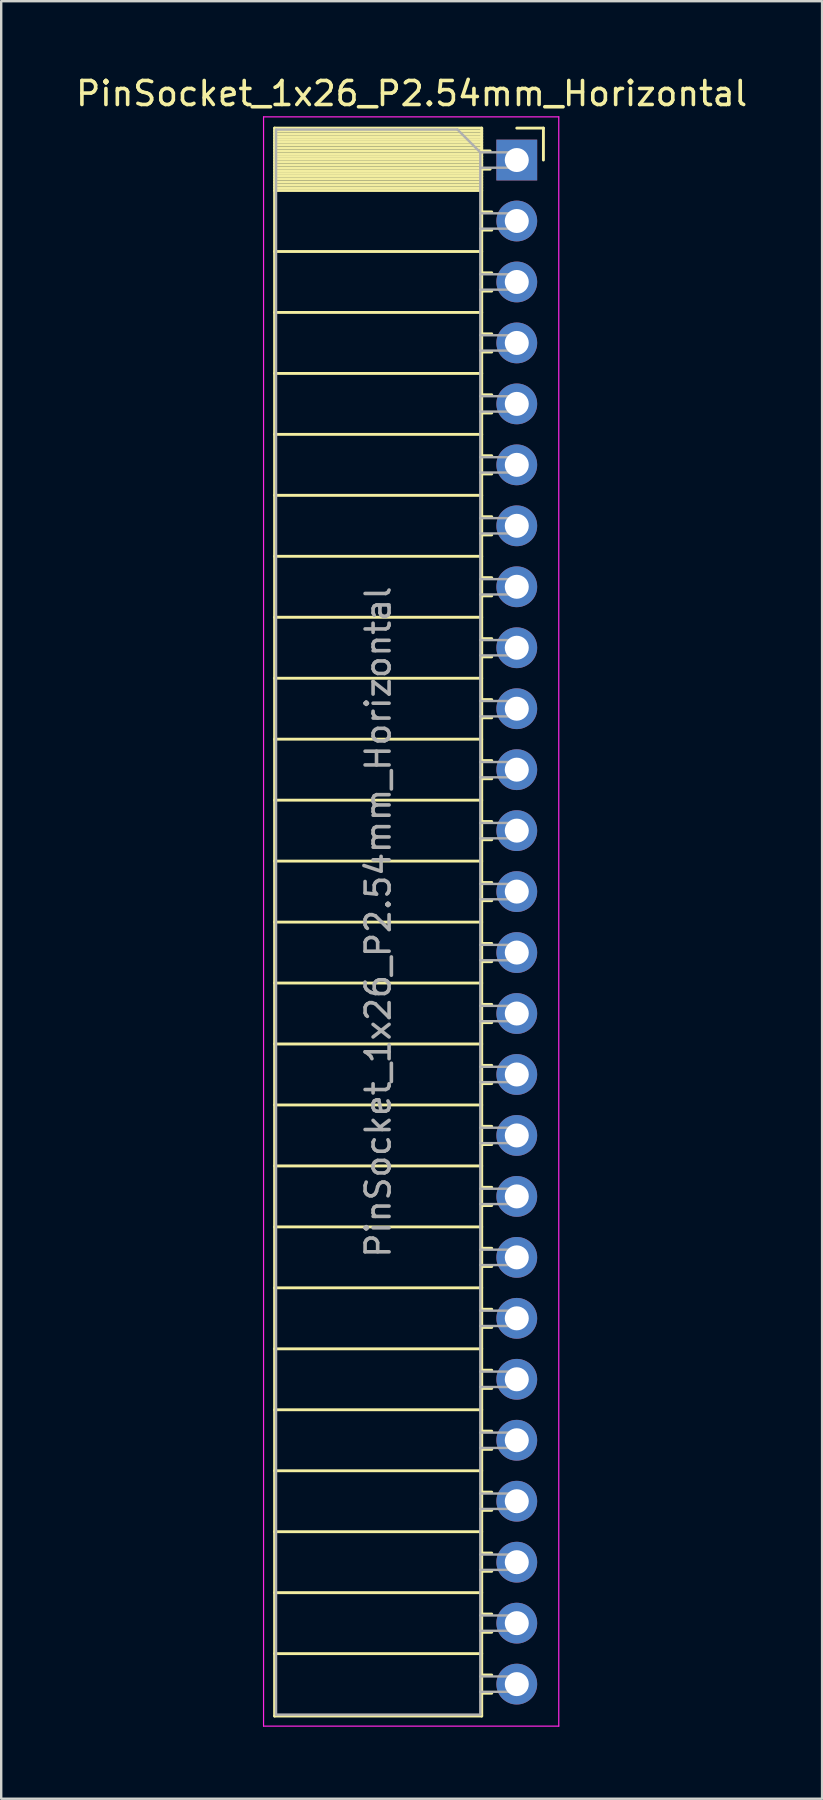
<source format=kicad_pcb>
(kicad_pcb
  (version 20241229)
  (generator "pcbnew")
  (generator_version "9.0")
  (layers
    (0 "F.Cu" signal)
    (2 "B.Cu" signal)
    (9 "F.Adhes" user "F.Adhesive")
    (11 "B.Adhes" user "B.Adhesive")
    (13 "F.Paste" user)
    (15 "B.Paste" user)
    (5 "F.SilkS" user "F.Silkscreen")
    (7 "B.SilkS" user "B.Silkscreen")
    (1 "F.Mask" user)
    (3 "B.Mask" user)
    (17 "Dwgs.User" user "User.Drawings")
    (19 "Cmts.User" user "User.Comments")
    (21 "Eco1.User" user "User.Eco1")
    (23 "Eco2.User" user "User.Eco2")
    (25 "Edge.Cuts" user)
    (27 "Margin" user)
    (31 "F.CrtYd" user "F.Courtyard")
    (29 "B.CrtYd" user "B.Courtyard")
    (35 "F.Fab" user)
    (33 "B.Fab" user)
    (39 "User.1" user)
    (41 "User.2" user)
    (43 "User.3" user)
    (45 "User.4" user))
  (footprint "PinSocket_1x26_P2.54mm_Horizontal"
    (layer "F.Cu")
    (at 18.481 3.618)
    (property "Reference" "PinSocket_1x26_P2.54mm_Horizontal" (at -4.38 -2.77 0) (layer "F.SilkS") (effects (font (size 1 1) (thickness 0.15))))
    (attr through_hole)
    (fp_line (start -10.09 -1.33) (end -10.09 64.83) (stroke (width 0.12) (type solid)) (layer "F.SilkS"))
    (fp_line (start -10.09 -1.33) (end -1.46 -1.33) (stroke (width 0.12) (type solid)) (layer "F.SilkS"))
    (fp_line (start -10.09 -1.21) (end -1.46 -1.21) (stroke (width 0.12) (type solid)) (layer "F.SilkS"))
    (fp_line (start -10.09 -1.092) (end -1.46 -1.092) (stroke (width 0.12) (type solid)) (layer "F.SilkS"))
    (fp_line (start -10.09 -0.974) (end -1.46 -0.974) (stroke (width 0.12) (type solid)) (layer "F.SilkS"))
    (fp_line (start -10.09 -0.856) (end -1.46 -0.856) (stroke (width 0.12) (type solid)) (layer "F.SilkS"))
    (fp_line (start -10.09 -0.738) (end -1.46 -0.738) (stroke (width 0.12) (type solid)) (layer "F.SilkS"))
    (fp_line (start -10.09 -0.62) (end -1.46 -0.62) (stroke (width 0.12) (type solid)) (layer "F.SilkS"))
    (fp_line (start -10.09 -0.501) (end -1.46 -0.501) (stroke (width 0.12) (type solid)) (layer "F.SilkS"))
    (fp_line (start -10.09 -0.383) (end -1.46 -0.383) (stroke (width 0.12) (type solid)) (layer "F.SilkS"))
    (fp_line (start -10.09 -0.265) (end -1.46 -0.265) (stroke (width 0.12) (type solid)) (layer "F.SilkS"))
    (fp_line (start -10.09 -0.147) (end -1.46 -0.147) (stroke (width 0.12) (type solid)) (layer "F.SilkS"))
    (fp_line (start -10.09 -0.029) (end -1.46 -0.029) (stroke (width 0.12) (type solid)) (layer "F.SilkS"))
    (fp_line (start -10.09 0.089) (end -1.46 0.089) (stroke (width 0.12) (type solid)) (layer "F.SilkS"))
    (fp_line (start -10.09 0.207) (end -1.46 0.207) (stroke (width 0.12) (type solid)) (layer "F.SilkS"))
    (fp_line (start -10.09 0.325) (end -1.46 0.325) (stroke (width 0.12) (type solid)) (layer "F.SilkS"))
    (fp_line (start -10.09 0.443) (end -1.46 0.443) (stroke (width 0.12) (type solid)) (layer "F.SilkS"))
    (fp_line (start -10.09 0.561) (end -1.46 0.561) (stroke (width 0.12) (type solid)) (layer "F.SilkS"))
    (fp_line (start -10.09 0.68) (end -1.46 0.68) (stroke (width 0.12) (type solid)) (layer "F.SilkS"))
    (fp_line (start -10.09 0.798) (end -1.46 0.798) (stroke (width 0.12) (type solid)) (layer "F.SilkS"))
    (fp_line (start -10.09 0.916) (end -1.46 0.916) (stroke (width 0.12) (type solid)) (layer "F.SilkS"))
    (fp_line (start -10.09 1.034) (end -1.46 1.034) (stroke (width 0.12) (type solid)) (layer "F.SilkS"))
    (fp_line (start -10.09 1.152) (end -1.46 1.152) (stroke (width 0.12) (type solid)) (layer "F.SilkS"))
    (fp_line (start -10.09 1.27) (end -1.46 1.27) (stroke (width 0.12) (type solid)) (layer "F.SilkS"))
    (fp_line (start -10.09 3.81) (end -1.46 3.81) (stroke (width 0.12) (type solid)) (layer "F.SilkS"))
    (fp_line (start -10.09 6.35) (end -1.46 6.35) (stroke (width 0.12) (type solid)) (layer "F.SilkS"))
    (fp_line (start -10.09 8.89) (end -1.46 8.89) (stroke (width 0.12) (type solid)) (layer "F.SilkS"))
    (fp_line (start -10.09 11.43) (end -1.46 11.43) (stroke (width 0.12) (type solid)) (layer "F.SilkS"))
    (fp_line (start -10.09 13.97) (end -1.46 13.97) (stroke (width 0.12) (type solid)) (layer "F.SilkS"))
    (fp_line (start -10.09 16.51) (end -1.46 16.51) (stroke (width 0.12) (type solid)) (layer "F.SilkS"))
    (fp_line (start -10.09 19.05) (end -1.46 19.05) (stroke (width 0.12) (type solid)) (layer "F.SilkS"))
    (fp_line (start -10.09 21.59) (end -1.46 21.59) (stroke (width 0.12) (type solid)) (layer "F.SilkS"))
    (fp_line (start -10.09 24.13) (end -1.46 24.13) (stroke (width 0.12) (type solid)) (layer "F.SilkS"))
    (fp_line (start -10.09 26.67) (end -1.46 26.67) (stroke (width 0.12) (type solid)) (layer "F.SilkS"))
    (fp_line (start -10.09 29.21) (end -1.46 29.21) (stroke (width 0.12) (type solid)) (layer "F.SilkS"))
    (fp_line (start -10.09 31.75) (end -1.46 31.75) (stroke (width 0.12) (type solid)) (layer "F.SilkS"))
    (fp_line (start -10.09 34.29) (end -1.46 34.29) (stroke (width 0.12) (type solid)) (layer "F.SilkS"))
    (fp_line (start -10.09 36.83) (end -1.46 36.83) (stroke (width 0.12) (type solid)) (layer "F.SilkS"))
    (fp_line (start -10.09 39.37) (end -1.46 39.37) (stroke (width 0.12) (type solid)) (layer "F.SilkS"))
    (fp_line (start -10.09 41.91) (end -1.46 41.91) (stroke (width 0.12) (type solid)) (layer "F.SilkS"))
    (fp_line (start -10.09 44.45) (end -1.46 44.45) (stroke (width 0.12) (type solid)) (layer "F.SilkS"))
    (fp_line (start -10.09 46.99) (end -1.46 46.99) (stroke (width 0.12) (type solid)) (layer "F.SilkS"))
    (fp_line (start -10.09 49.53) (end -1.46 49.53) (stroke (width 0.12) (type solid)) (layer "F.SilkS"))
    (fp_line (start -10.09 52.07) (end -1.46 52.07) (stroke (width 0.12) (type solid)) (layer "F.SilkS"))
    (fp_line (start -10.09 54.61) (end -1.46 54.61) (stroke (width 0.12) (type solid)) (layer "F.SilkS"))
    (fp_line (start -10.09 57.15) (end -1.46 57.15) (stroke (width 0.12) (type solid)) (layer "F.SilkS"))
    (fp_line (start -10.09 59.69) (end -1.46 59.69) (stroke (width 0.12) (type solid)) (layer "F.SilkS"))
    (fp_line (start -10.09 62.23) (end -1.46 62.23) (stroke (width 0.12) (type solid)) (layer "F.SilkS"))
    (fp_line (start -10.09 64.83) (end -1.46 64.83) (stroke (width 0.12) (type solid)) (layer "F.SilkS"))
    (fp_line (start -1.46 -1.33) (end -1.46 64.83) (stroke (width 0.12) (type solid)) (layer "F.SilkS"))
    (fp_line (start -1.46 -0.38) (end -1.11 -0.38) (stroke (width 0.12) (type solid)) (layer "F.SilkS"))
    (fp_line (start -1.46 0.38) (end -1.11 0.38) (stroke (width 0.12) (type solid)) (layer "F.SilkS"))
    (fp_line (start -1.46 2.16) (end -1.043 2.16) (stroke (width 0.12) (type solid)) (layer "F.SilkS"))
    (fp_line (start -1.46 2.92) (end -1.043 2.92) (stroke (width 0.12) (type solid)) (layer "F.SilkS"))
    (fp_line (start -1.46 4.7) (end -1.043 4.7) (stroke (width 0.12) (type solid)) (layer "F.SilkS"))
    (fp_line (start -1.46 5.46) (end -1.043 5.46) (stroke (width 0.12) (type solid)) (layer "F.SilkS"))
    (fp_line (start -1.46 7.24) (end -1.043 7.24) (stroke (width 0.12) (type solid)) (layer "F.SilkS"))
    (fp_line (start -1.46 8) (end -1.043 8) (stroke (width 0.12) (type solid)) (layer "F.SilkS"))
    (fp_line (start -1.46 9.78) (end -1.043 9.78) (stroke (width 0.12) (type solid)) (layer "F.SilkS"))
    (fp_line (start -1.46 10.54) (end -1.043 10.54) (stroke (width 0.12) (type solid)) (layer "F.SilkS"))
    (fp_line (start -1.46 12.32) (end -1.043 12.32) (stroke (width 0.12) (type solid)) (layer "F.SilkS"))
    (fp_line (start -1.46 13.08) (end -1.043 13.08) (stroke (width 0.12) (type solid)) (layer "F.SilkS"))
    (fp_line (start -1.46 14.86) (end -1.043 14.86) (stroke (width 0.12) (type solid)) (layer "F.SilkS"))
    (fp_line (start -1.46 15.62) (end -1.043 15.62) (stroke (width 0.12) (type solid)) (layer "F.SilkS"))
    (fp_line (start -1.46 17.4) (end -1.043 17.4) (stroke (width 0.12) (type solid)) (layer "F.SilkS"))
    (fp_line (start -1.46 18.16) (end -1.043 18.16) (stroke (width 0.12) (type solid)) (layer "F.SilkS"))
    (fp_line (start -1.46 19.94) (end -1.043 19.94) (stroke (width 0.12) (type solid)) (layer "F.SilkS"))
    (fp_line (start -1.46 20.7) (end -1.043 20.7) (stroke (width 0.12) (type solid)) (layer "F.SilkS"))
    (fp_line (start -1.46 22.48) (end -1.043 22.48) (stroke (width 0.12) (type solid)) (layer "F.SilkS"))
    (fp_line (start -1.46 23.24) (end -1.043 23.24) (stroke (width 0.12) (type solid)) (layer "F.SilkS"))
    (fp_line (start -1.46 25.02) (end -1.043 25.02) (stroke (width 0.12) (type solid)) (layer "F.SilkS"))
    (fp_line (start -1.46 25.78) (end -1.043 25.78) (stroke (width 0.12) (type solid)) (layer "F.SilkS"))
    (fp_line (start -1.46 27.56) (end -1.043 27.56) (stroke (width 0.12) (type solid)) (layer "F.SilkS"))
    (fp_line (start -1.46 28.32) (end -1.043 28.32) (stroke (width 0.12) (type solid)) (layer "F.SilkS"))
    (fp_line (start -1.46 30.1) (end -1.043 30.1) (stroke (width 0.12) (type solid)) (layer "F.SilkS"))
    (fp_line (start -1.46 30.86) (end -1.043 30.86) (stroke (width 0.12) (type solid)) (layer "F.SilkS"))
    (fp_line (start -1.46 32.64) (end -1.043 32.64) (stroke (width 0.12) (type solid)) (layer "F.SilkS"))
    (fp_line (start -1.46 33.4) (end -1.043 33.4) (stroke (width 0.12) (type solid)) (layer "F.SilkS"))
    (fp_line (start -1.46 35.18) (end -1.043 35.18) (stroke (width 0.12) (type solid)) (layer "F.SilkS"))
    (fp_line (start -1.46 35.94) (end -1.043 35.94) (stroke (width 0.12) (type solid)) (layer "F.SilkS"))
    (fp_line (start -1.46 37.72) (end -1.043 37.72) (stroke (width 0.12) (type solid)) (layer "F.SilkS"))
    (fp_line (start -1.46 38.48) (end -1.043 38.48) (stroke (width 0.12) (type solid)) (layer "F.SilkS"))
    (fp_line (start -1.46 40.26) (end -1.043 40.26) (stroke (width 0.12) (type solid)) (layer "F.SilkS"))
    (fp_line (start -1.46 41.02) (end -1.043 41.02) (stroke (width 0.12) (type solid)) (layer "F.SilkS"))
    (fp_line (start -1.46 42.8) (end -1.043 42.8) (stroke (width 0.12) (type solid)) (layer "F.SilkS"))
    (fp_line (start -1.46 43.56) (end -1.043 43.56) (stroke (width 0.12) (type solid)) (layer "F.SilkS"))
    (fp_line (start -1.46 45.34) (end -1.043 45.34) (stroke (width 0.12) (type solid)) (layer "F.SilkS"))
    (fp_line (start -1.46 46.1) (end -1.043 46.1) (stroke (width 0.12) (type solid)) (layer "F.SilkS"))
    (fp_line (start -1.46 47.88) (end -1.043 47.88) (stroke (width 0.12) (type solid)) (layer "F.SilkS"))
    (fp_line (start -1.46 48.64) (end -1.043 48.64) (stroke (width 0.12) (type solid)) (layer "F.SilkS"))
    (fp_line (start -1.46 50.42) (end -1.043 50.42) (stroke (width 0.12) (type solid)) (layer "F.SilkS"))
    (fp_line (start -1.46 51.18) (end -1.043 51.18) (stroke (width 0.12) (type solid)) (layer "F.SilkS"))
    (fp_line (start -1.46 52.96) (end -1.043 52.96) (stroke (width 0.12) (type solid)) (layer "F.SilkS"))
    (fp_line (start -1.46 53.72) (end -1.043 53.72) (stroke (width 0.12) (type solid)) (layer "F.SilkS"))
    (fp_line (start -1.46 55.5) (end -1.043 55.5) (stroke (width 0.12) (type solid)) (layer "F.SilkS"))
    (fp_line (start -1.46 56.26) (end -1.043 56.26) (stroke (width 0.12) (type solid)) (layer "F.SilkS"))
    (fp_line (start -1.46 58.04) (end -1.043 58.04) (stroke (width 0.12) (type solid)) (layer "F.SilkS"))
    (fp_line (start -1.46 58.8) (end -1.043 58.8) (stroke (width 0.12) (type solid)) (layer "F.SilkS"))
    (fp_line (start -1.46 60.58) (end -1.043 60.58) (stroke (width 0.12) (type solid)) (layer "F.SilkS"))
    (fp_line (start -1.46 61.34) (end -1.043 61.34) (stroke (width 0.12) (type solid)) (layer "F.SilkS"))
    (fp_line (start -1.46 63.12) (end -1.043 63.12) (stroke (width 0.12) (type solid)) (layer "F.SilkS"))
    (fp_line (start -1.46 63.88) (end -1.043 63.88) (stroke (width 0.12) (type solid)) (layer "F.SilkS"))
    (fp_line (start 0 -1.33) (end 1.11 -1.33) (stroke (width 0.12) (type solid)) (layer "F.SilkS"))
    (fp_line (start 1.11 -1.33) (end 1.11 0) (stroke (width 0.12) (type solid)) (layer "F.SilkS"))
    (fp_line (start -10.55 -1.8) (end -10.55 65.25) (stroke (width 0.05) (type solid)) (layer "F.CrtYd"))
    (fp_line (start -10.55 65.25) (end 1.75 65.25) (stroke (width 0.05) (type solid)) (layer "F.CrtYd"))
    (fp_line (start 1.75 -1.8) (end -10.55 -1.8) (stroke (width 0.05) (type solid)) (layer "F.CrtYd"))
    (fp_line (start 1.75 65.25) (end 1.75 -1.8) (stroke (width 0.05) (type solid)) (layer "F.CrtYd"))
    (fp_line (start -10.03 -1.27) (end -2.47 -1.27) (stroke (width 0.1) (type solid)) (layer "F.Fab"))
    (fp_line (start -10.03 64.77) (end -10.03 -1.27) (stroke (width 0.1) (type solid)) (layer "F.Fab"))
    (fp_line (start -2.47 -1.27) (end -1.52 -0.32) (stroke (width 0.1) (type solid)) (layer "F.Fab"))
    (fp_line (start -1.52 -0.32) (end -1.52 64.77) (stroke (width 0.1) (type solid)) (layer "F.Fab"))
    (fp_line (start -1.52 0.32) (end 0 0.32) (stroke (width 0.1) (type solid)) (layer "F.Fab"))
    (fp_line (start -1.52 2.86) (end 0 2.86) (stroke (width 0.1) (type solid)) (layer "F.Fab"))
    (fp_line (start -1.52 5.4) (end 0 5.4) (stroke (width 0.1) (type solid)) (layer "F.Fab"))
    (fp_line (start -1.52 7.94) (end 0 7.94) (stroke (width 0.1) (type solid)) (layer "F.Fab"))
    (fp_line (start -1.52 10.48) (end 0 10.48) (stroke (width 0.1) (type solid)) (layer "F.Fab"))
    (fp_line (start -1.52 13.02) (end 0 13.02) (stroke (width 0.1) (type solid)) (layer "F.Fab"))
    (fp_line (start -1.52 15.56) (end 0 15.56) (stroke (width 0.1) (type solid)) (layer "F.Fab"))
    (fp_line (start -1.52 18.1) (end 0 18.1) (stroke (width 0.1) (type solid)) (layer "F.Fab"))
    (fp_line (start -1.52 20.64) (end 0 20.64) (stroke (width 0.1) (type solid)) (layer "F.Fab"))
    (fp_line (start -1.52 23.18) (end 0 23.18) (stroke (width 0.1) (type solid)) (layer "F.Fab"))
    (fp_line (start -1.52 25.72) (end 0 25.72) (stroke (width 0.1) (type solid)) (layer "F.Fab"))
    (fp_line (start -1.52 28.26) (end 0 28.26) (stroke (width 0.1) (type solid)) (layer "F.Fab"))
    (fp_line (start -1.52 30.8) (end 0 30.8) (stroke (width 0.1) (type solid)) (layer "F.Fab"))
    (fp_line (start -1.52 33.34) (end 0 33.34) (stroke (width 0.1) (type solid)) (layer "F.Fab"))
    (fp_line (start -1.52 35.88) (end 0 35.88) (stroke (width 0.1) (type solid)) (layer "F.Fab"))
    (fp_line (start -1.52 38.42) (end 0 38.42) (stroke (width 0.1) (type solid)) (layer "F.Fab"))
    (fp_line (start -1.52 40.96) (end 0 40.96) (stroke (width 0.1) (type solid)) (layer "F.Fab"))
    (fp_line (start -1.52 43.5) (end 0 43.5) (stroke (width 0.1) (type solid)) (layer "F.Fab"))
    (fp_line (start -1.52 46.04) (end 0 46.04) (stroke (width 0.1) (type solid)) (layer "F.Fab"))
    (fp_line (start -1.52 48.58) (end 0 48.58) (stroke (width 0.1) (type solid)) (layer "F.Fab"))
    (fp_line (start -1.52 51.12) (end 0 51.12) (stroke (width 0.1) (type solid)) (layer "F.Fab"))
    (fp_line (start -1.52 53.66) (end 0 53.66) (stroke (width 0.1) (type solid)) (layer "F.Fab"))
    (fp_line (start -1.52 56.2) (end 0 56.2) (stroke (width 0.1) (type solid)) (layer "F.Fab"))
    (fp_line (start -1.52 58.74) (end 0 58.74) (stroke (width 0.1) (type solid)) (layer "F.Fab"))
    (fp_line (start -1.52 61.28) (end 0 61.28) (stroke (width 0.1) (type solid)) (layer "F.Fab"))
    (fp_line (start -1.52 63.82) (end 0 63.82) (stroke (width 0.1) (type solid)) (layer "F.Fab"))
    (fp_line (start -1.52 64.77) (end -10.03 64.77) (stroke (width 0.1) (type solid)) (layer "F.Fab"))
    (fp_line (start 0 -0.32) (end -1.52 -0.32) (stroke (width 0.1) (type solid)) (layer "F.Fab"))
    (fp_line (start 0 0.32) (end 0 -0.32) (stroke (width 0.1) (type solid)) (layer "F.Fab"))
    (fp_line (start 0 2.22) (end -1.52 2.22) (stroke (width 0.1) (type solid)) (layer "F.Fab"))
    (fp_line (start 0 2.86) (end 0 2.22) (stroke (width 0.1) (type solid)) (layer "F.Fab"))
    (fp_line (start 0 4.76) (end -1.52 4.76) (stroke (width 0.1) (type solid)) (layer "F.Fab"))
    (fp_line (start 0 5.4) (end 0 4.76) (stroke (width 0.1) (type solid)) (layer "F.Fab"))
    (fp_line (start 0 7.3) (end -1.52 7.3) (stroke (width 0.1) (type solid)) (layer "F.Fab"))
    (fp_line (start 0 7.94) (end 0 7.3) (stroke (width 0.1) (type solid)) (layer "F.Fab"))
    (fp_line (start 0 9.84) (end -1.52 9.84) (stroke (width 0.1) (type solid)) (layer "F.Fab"))
    (fp_line (start 0 10.48) (end 0 9.84) (stroke (width 0.1) (type solid)) (layer "F.Fab"))
    (fp_line (start 0 12.38) (end -1.52 12.38) (stroke (width 0.1) (type solid)) (layer "F.Fab"))
    (fp_line (start 0 13.02) (end 0 12.38) (stroke (width 0.1) (type solid)) (layer "F.Fab"))
    (fp_line (start 0 14.92) (end -1.52 14.92) (stroke (width 0.1) (type solid)) (layer "F.Fab"))
    (fp_line (start 0 15.56) (end 0 14.92) (stroke (width 0.1) (type solid)) (layer "F.Fab"))
    (fp_line (start 0 17.46) (end -1.52 17.46) (stroke (width 0.1) (type solid)) (layer "F.Fab"))
    (fp_line (start 0 18.1) (end 0 17.46) (stroke (width 0.1) (type solid)) (layer "F.Fab"))
    (fp_line (start 0 20) (end -1.52 20) (stroke (width 0.1) (type solid)) (layer "F.Fab"))
    (fp_line (start 0 20.64) (end 0 20) (stroke (width 0.1) (type solid)) (layer "F.Fab"))
    (fp_line (start 0 22.54) (end -1.52 22.54) (stroke (width 0.1) (type solid)) (layer "F.Fab"))
    (fp_line (start 0 23.18) (end 0 22.54) (stroke (width 0.1) (type solid)) (layer "F.Fab"))
    (fp_line (start 0 25.08) (end -1.52 25.08) (stroke (width 0.1) (type solid)) (layer "F.Fab"))
    (fp_line (start 0 25.72) (end 0 25.08) (stroke (width 0.1) (type solid)) (layer "F.Fab"))
    (fp_line (start 0 27.62) (end -1.52 27.62) (stroke (width 0.1) (type solid)) (layer "F.Fab"))
    (fp_line (start 0 28.26) (end 0 27.62) (stroke (width 0.1) (type solid)) (layer "F.Fab"))
    (fp_line (start 0 30.16) (end -1.52 30.16) (stroke (width 0.1) (type solid)) (layer "F.Fab"))
    (fp_line (start 0 30.8) (end 0 30.16) (stroke (width 0.1) (type solid)) (layer "F.Fab"))
    (fp_line (start 0 32.7) (end -1.52 32.7) (stroke (width 0.1) (type solid)) (layer "F.Fab"))
    (fp_line (start 0 33.34) (end 0 32.7) (stroke (width 0.1) (type solid)) (layer "F.Fab"))
    (fp_line (start 0 35.24) (end -1.52 35.24) (stroke (width 0.1) (type solid)) (layer "F.Fab"))
    (fp_line (start 0 35.88) (end 0 35.24) (stroke (width 0.1) (type solid)) (layer "F.Fab"))
    (fp_line (start 0 37.78) (end -1.52 37.78) (stroke (width 0.1) (type solid)) (layer "F.Fab"))
    (fp_line (start 0 38.42) (end 0 37.78) (stroke (width 0.1) (type solid)) (layer "F.Fab"))
    (fp_line (start 0 40.32) (end -1.52 40.32) (stroke (width 0.1) (type solid)) (layer "F.Fab"))
    (fp_line (start 0 40.96) (end 0 40.32) (stroke (width 0.1) (type solid)) (layer "F.Fab"))
    (fp_line (start 0 42.86) (end -1.52 42.86) (stroke (width 0.1) (type solid)) (layer "F.Fab"))
    (fp_line (start 0 43.5) (end 0 42.86) (stroke (width 0.1) (type solid)) (layer "F.Fab"))
    (fp_line (start 0 45.4) (end -1.52 45.4) (stroke (width 0.1) (type solid)) (layer "F.Fab"))
    (fp_line (start 0 46.04) (end 0 45.4) (stroke (width 0.1) (type solid)) (layer "F.Fab"))
    (fp_line (start 0 47.94) (end -1.52 47.94) (stroke (width 0.1) (type solid)) (layer "F.Fab"))
    (fp_line (start 0 48.58) (end 0 47.94) (stroke (width 0.1) (type solid)) (layer "F.Fab"))
    (fp_line (start 0 50.48) (end -1.52 50.48) (stroke (width 0.1) (type solid)) (layer "F.Fab"))
    (fp_line (start 0 51.12) (end 0 50.48) (stroke (width 0.1) (type solid)) (layer "F.Fab"))
    (fp_line (start 0 53.02) (end -1.52 53.02) (stroke (width 0.1) (type solid)) (layer "F.Fab"))
    (fp_line (start 0 53.66) (end 0 53.02) (stroke (width 0.1) (type solid)) (layer "F.Fab"))
    (fp_line (start 0 55.56) (end -1.52 55.56) (stroke (width 0.1) (type solid)) (layer "F.Fab"))
    (fp_line (start 0 56.2) (end 0 55.56) (stroke (width 0.1) (type solid)) (layer "F.Fab"))
    (fp_line (start 0 58.1) (end -1.52 58.1) (stroke (width 0.1) (type solid)) (layer "F.Fab"))
    (fp_line (start 0 58.74) (end 0 58.1) (stroke (width 0.1) (type solid)) (layer "F.Fab"))
    (fp_line (start 0 60.64) (end -1.52 60.64) (stroke (width 0.1) (type solid)) (layer "F.Fab"))
    (fp_line (start 0 61.28) (end 0 60.64) (stroke (width 0.1) (type solid)) (layer "F.Fab"))
    (fp_line (start 0 63.18) (end -1.52 63.18) (stroke (width 0.1) (type solid)) (layer "F.Fab"))
    (fp_line (start 0 63.82) (end 0 63.18) (stroke (width 0.1) (type solid)) (layer "F.Fab"))
    (fp_text user "${REFERENCE}" (at -5.775 31.75 90) (layer "F.Fab") (effects (font (size 1 1) (thickness 0.15))))
    (pad "1" thru_hole rect (at 0 0) (size 1.7 1.7) (drill 1) (layers "*.Cu" "*.Mask"))
    (pad "2" thru_hole oval (at 0 2.54) (size 1.7 1.7) (drill 1) (layers "*.Cu" "*.Mask"))
    (pad "3" thru_hole oval (at 0 5.08) (size 1.7 1.7) (drill 1) (layers "*.Cu" "*.Mask"))
    (pad "4" thru_hole oval (at 0 7.62) (size 1.7 1.7) (drill 1) (layers "*.Cu" "*.Mask"))
    (pad "5" thru_hole oval (at 0 10.16) (size 1.7 1.7) (drill 1) (layers "*.Cu" "*.Mask"))
    (pad "6" thru_hole oval (at 0 12.7) (size 1.7 1.7) (drill 1) (layers "*.Cu" "*.Mask"))
    (pad "7" thru_hole oval (at 0 15.24) (size 1.7 1.7) (drill 1) (layers "*.Cu" "*.Mask"))
    (pad "8" thru_hole oval (at 0 17.78) (size 1.7 1.7) (drill 1) (layers "*.Cu" "*.Mask"))
    (pad "9" thru_hole oval (at 0 20.32) (size 1.7 1.7) (drill 1) (layers "*.Cu" "*.Mask"))
    (pad "10" thru_hole oval (at 0 22.86) (size 1.7 1.7) (drill 1) (layers "*.Cu" "*.Mask"))
    (pad "11" thru_hole oval (at 0 25.4) (size 1.7 1.7) (drill 1) (layers "*.Cu" "*.Mask"))
    (pad "12" thru_hole oval (at 0 27.94) (size 1.7 1.7) (drill 1) (layers "*.Cu" "*.Mask"))
    (pad "13" thru_hole oval (at 0 30.48) (size 1.7 1.7) (drill 1) (layers "*.Cu" "*.Mask"))
    (pad "14" thru_hole oval (at 0 33.02) (size 1.7 1.7) (drill 1) (layers "*.Cu" "*.Mask"))
    (pad "15" thru_hole oval (at 0 35.56) (size 1.7 1.7) (drill 1) (layers "*.Cu" "*.Mask"))
    (pad "16" thru_hole oval (at 0 38.1) (size 1.7 1.7) (drill 1) (layers "*.Cu" "*.Mask"))
    (pad "17" thru_hole oval (at 0 40.64) (size 1.7 1.7) (drill 1) (layers "*.Cu" "*.Mask"))
    (pad "18" thru_hole oval (at 0 43.18) (size 1.7 1.7) (drill 1) (layers "*.Cu" "*.Mask"))
    (pad "19" thru_hole oval (at 0 45.72) (size 1.7 1.7) (drill 1) (layers "*.Cu" "*.Mask"))
    (pad "20" thru_hole oval (at 0 48.26) (size 1.7 1.7) (drill 1) (layers "*.Cu" "*.Mask"))
    (pad "21" thru_hole oval (at 0 50.8) (size 1.7 1.7) (drill 1) (layers "*.Cu" "*.Mask"))
    (pad "22" thru_hole oval (at 0 53.34) (size 1.7 1.7) (drill 1) (layers "*.Cu" "*.Mask"))
    (pad "23" thru_hole oval (at 0 55.88) (size 1.7 1.7) (drill 1) (layers "*.Cu" "*.Mask"))
    (pad "24" thru_hole oval (at 0 58.42) (size 1.7 1.7) (drill 1) (layers "*.Cu" "*.Mask"))
    (pad "25" thru_hole oval (at 0 60.96) (size 1.7 1.7) (drill 1) (layers "*.Cu" "*.Mask"))
    (pad "26" thru_hole oval (at 0 63.5) (size 1.7 1.7) (drill 1) (layers "*.Cu" "*.Mask")))
  (gr_rect
    (start -3 -3)
    (end 31.202 71.893)
    (stroke (width 0.1) (type default))
    (fill no)
    (layer "Edge.Cuts")))
</source>
